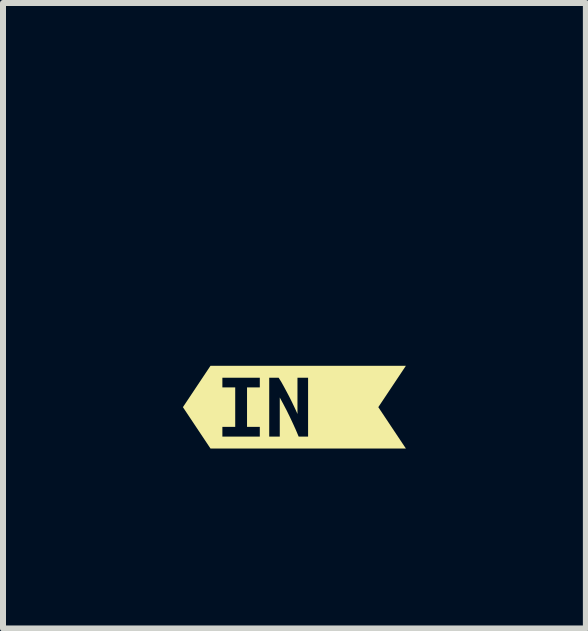
<source format=kicad_pcb>
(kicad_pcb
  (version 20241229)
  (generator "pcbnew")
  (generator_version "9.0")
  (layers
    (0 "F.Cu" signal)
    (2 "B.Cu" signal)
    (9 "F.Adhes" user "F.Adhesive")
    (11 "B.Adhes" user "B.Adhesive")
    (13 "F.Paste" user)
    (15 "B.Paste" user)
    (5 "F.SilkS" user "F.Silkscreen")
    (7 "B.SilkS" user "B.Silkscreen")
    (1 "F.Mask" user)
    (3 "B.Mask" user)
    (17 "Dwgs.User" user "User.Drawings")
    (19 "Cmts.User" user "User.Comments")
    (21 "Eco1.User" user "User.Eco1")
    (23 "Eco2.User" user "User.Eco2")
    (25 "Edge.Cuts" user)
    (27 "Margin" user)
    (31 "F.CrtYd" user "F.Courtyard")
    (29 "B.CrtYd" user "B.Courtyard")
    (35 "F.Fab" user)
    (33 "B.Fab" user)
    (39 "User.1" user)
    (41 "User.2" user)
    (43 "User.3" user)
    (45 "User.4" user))
  (footprint "kibuzzard-646138CE"
    (layer "F.Cu")
    (at 1.859 3.739)
    (property "Reference" "kibuzzard-646138CE" (at 0 -3.738 0) (layer "F.SilkS") (effects (font (size 0.001 0.001) (thickness 0.15))))
    (attr board_only exclude_from_pos_files exclude_from_bom)
    (fp_poly (pts (xy -1.201 -0.69) (xy -1.399 -0.69) (xy -1.859 0) (xy -1.399 0.69) (xy -1.201 0.69) (xy -1.201 0.491) (xy -1.201 0.329) (xy -0.987 0.329) (xy -0.987 -0.329) (xy -1.201 -0.329) (xy -1.201 -0.491) (xy -0.577 -0.491) (xy -0.577 -0.329) (xy -0.79 -0.329) (xy -0.79 0.329) (xy -0.577 0.329) (xy -0.577 0.491) (xy -1.201 0.491) (xy -1.201 0.69) (xy 0.071 0.69) (xy 0.071 0.491) (xy 0.025 0.382) (xy -0.024 0.274) (xy -0.075 0.165) (xy -0.128 0.057) (xy -0.185 -0.052) (xy -0.244 -0.161) (xy -0.244 0.491) (xy -0.42 0.491) (xy -0.42 -0.491) (xy -0.263 -0.491) (xy -0.218 -0.419) (xy -0.174 -0.34) (xy -0.13 -0.258) (xy -0.087 -0.177) (xy -0.047 -0.097) (xy -0.01 -0.02) (xy 0.024 0.052) (xy 0.051 0.114) (xy 0.051 -0.491) (xy 0.228 -0.491) (xy 0.228 0.491) (xy 0.071 0.491) (xy 0.071 0.69) (xy 1.201 0.69) (xy 1.399 0.69) (xy 1.859 0.69) (xy 1.399 0) (xy 1.859 -0.69) (xy 1.399 -0.69) (xy 1.201 -0.69) (xy -1.201 -0.69)) (stroke (width 0) (type solid)) (fill yes) (layer "F.SilkS")))
  (gr_rect
    (start -3 -3)
    (end 6.719 7.429)
    (stroke (width 0.1) (type default))
    (fill no)
    (layer "Edge.Cuts")))
</source>
